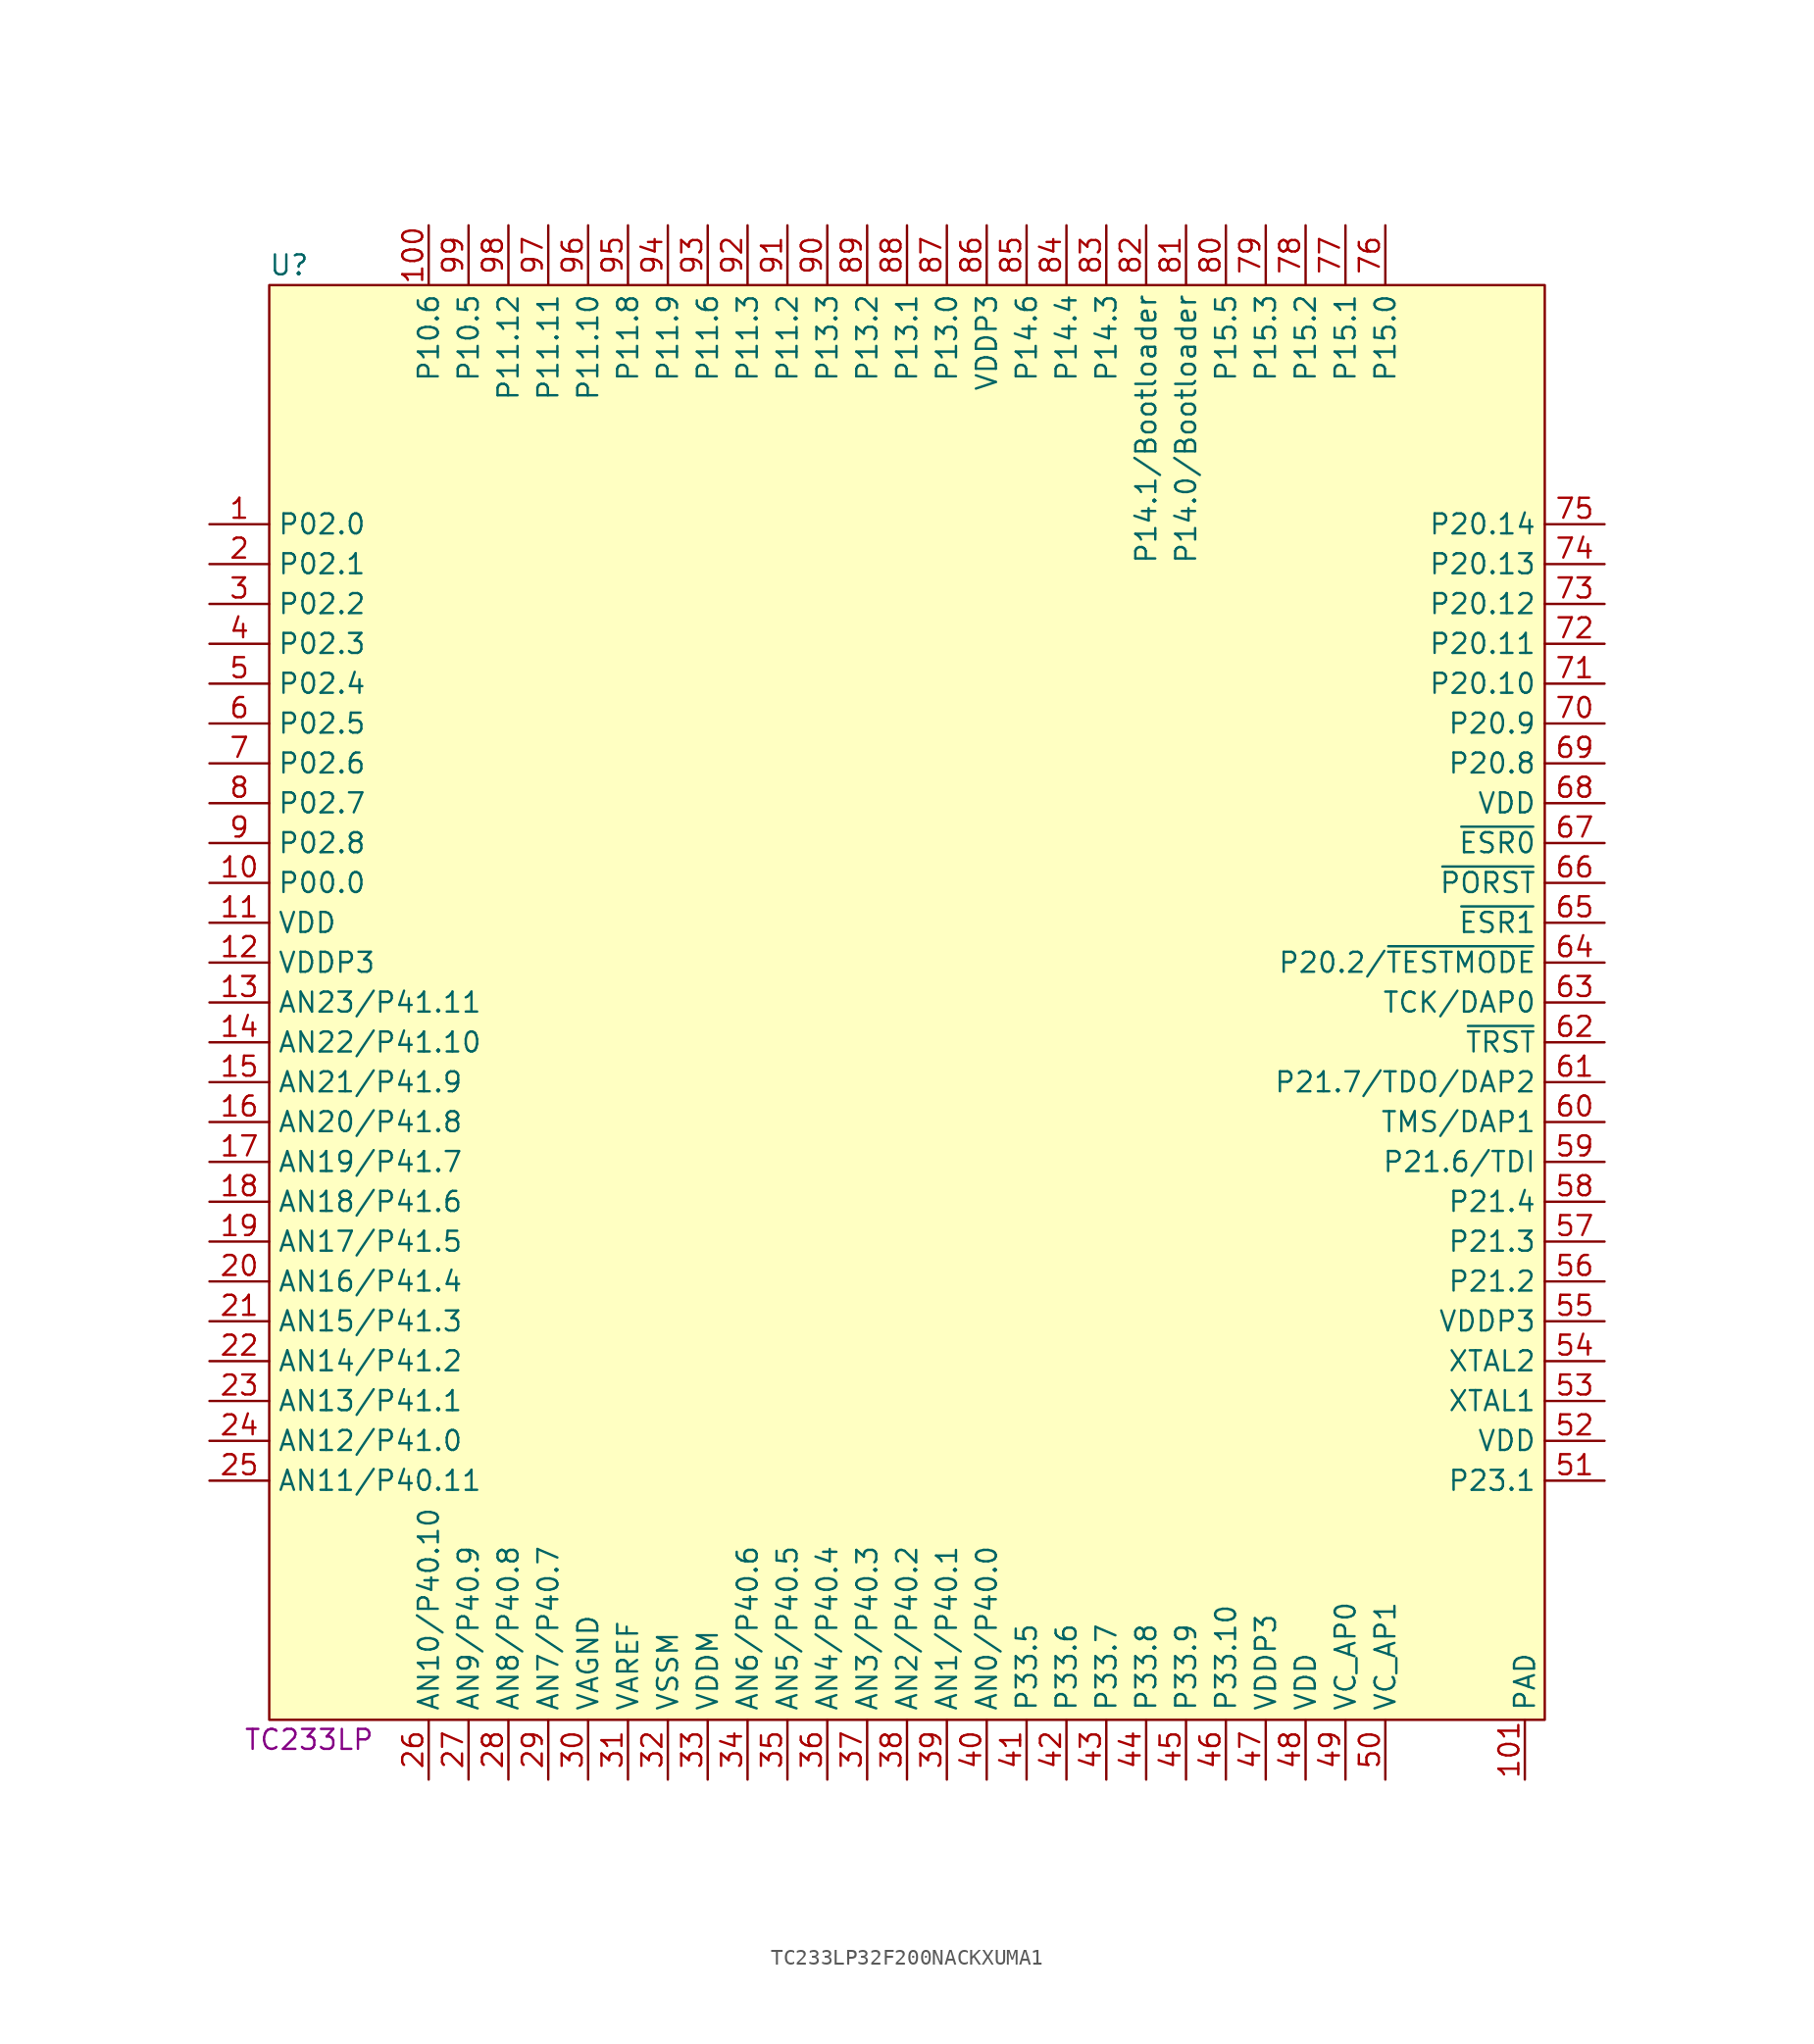
<source format=kicad_sym>
(kicad_symbol_lib
  (version 20231120)
  (generator "kicad_symbol_editor")
  (generator_version "8.0")
  (symbol "TC233LP32F200NACKXUMA1"
    (property "Reference" "U"
      (at -39.37 46.99 0)
      (effects (font (size 1.27 1.27))))
    (property "Display Value" "TC233LP"
      (at -38.1 -46.99 0)
      (effects (font (size 1.27 1.27))))
    (symbol "TC233LP32F200NACKXUMA1_1_1"
      (rectangle (start -40.64 45.72) (end 40.64 -45.72) (stroke (width 0) (type default)) (fill (type background)))
      (pin unspecified line (at -44.45 30.48 0) (length 3.81) (name "P02.0" (effects (font (size 1.27 1.27)))) (number "1" (effects (font (size 1.27 1.27)))))
      (pin unspecified line (at -44.45 7.62 0) (length 3.81) (name "P00.0" (effects (font (size 1.27 1.27)))) (number "10" (effects (font (size 1.27 1.27)))))
      (pin unspecified line (at -30.48 49.53 270) (length 3.81) (name "P10.6" (effects (font (size 1.27 1.27)))) (number "100" (effects (font (size 1.27 1.27)))))
      (pin unspecified line (at 39.37 -49.53 90) (length 3.81) (name "PAD" (effects (font (size 1.27 1.27)))) (number "101" (effects (font (size 1.27 1.27)))))
      (pin unspecified line (at -44.45 5.08 0) (length 3.81) (name "VDD" (effects (font (size 1.27 1.27)))) (number "11" (effects (font (size 1.27 1.27)))))
      (pin unspecified line (at -44.45 2.54 0) (length 3.81) (name "VDDP3" (effects (font (size 1.27 1.27)))) (number "12" (effects (font (size 1.27 1.27)))))
      (pin unspecified line (at -44.45 0 0) (length 3.81) (name "AN23/P41.11" (effects (font (size 1.27 1.27)))) (number "13" (effects (font (size 1.27 1.27)))))
      (pin unspecified line (at -44.45 -2.54 0) (length 3.81) (name "AN22/P41.10" (effects (font (size 1.27 1.27)))) (number "14" (effects (font (size 1.27 1.27)))))
      (pin unspecified line (at -44.45 -5.08 0) (length 3.81) (name "AN21/P41.9" (effects (font (size 1.27 1.27)))) (number "15" (effects (font (size 1.27 1.27)))))
      (pin unspecified line (at -44.45 -7.62 0) (length 3.81) (name "AN20/P41.8" (effects (font (size 1.27 1.27)))) (number "16" (effects (font (size 1.27 1.27)))))
      (pin unspecified line (at -44.45 -10.16 0) (length 3.81) (name "AN19/P41.7" (effects (font (size 1.27 1.27)))) (number "17" (effects (font (size 1.27 1.27)))))
      (pin unspecified line (at -44.45 -12.7 0) (length 3.81) (name "AN18/P41.6" (effects (font (size 1.27 1.27)))) (number "18" (effects (font (size 1.27 1.27)))))
      (pin unspecified line (at -44.45 -15.24 0) (length 3.81) (name "AN17/P41.5" (effects (font (size 1.27 1.27)))) (number "19" (effects (font (size 1.27 1.27)))))
      (pin unspecified line (at -44.45 27.94 0) (length 3.81) (name "P02.1" (effects (font (size 1.27 1.27)))) (number "2" (effects (font (size 1.27 1.27)))))
      (pin unspecified line (at -44.45 -17.78 0) (length 3.81) (name "AN16/P41.4" (effects (font (size 1.27 1.27)))) (number "20" (effects (font (size 1.27 1.27)))))
      (pin unspecified line (at -44.45 -20.32 0) (length 3.81) (name "AN15/P41.3" (effects (font (size 1.27 1.27)))) (number "21" (effects (font (size 1.27 1.27)))))
      (pin unspecified line (at -44.45 -22.86 0) (length 3.81) (name "AN14/P41.2" (effects (font (size 1.27 1.27)))) (number "22" (effects (font (size 1.27 1.27)))))
      (pin unspecified line (at -44.45 -25.4 0) (length 3.81) (name "AN13/P41.1" (effects (font (size 1.27 1.27)))) (number "23" (effects (font (size 1.27 1.27)))))
      (pin unspecified line (at -44.45 -27.94 0) (length 3.81) (name "AN12/P41.0" (effects (font (size 1.27 1.27)))) (number "24" (effects (font (size 1.27 1.27)))))
      (pin unspecified line (at -44.45 -30.48 0) (length 3.81) (name "AN11/P40.11" (effects (font (size 1.27 1.27)))) (number "25" (effects (font (size 1.27 1.27)))))
      (pin unspecified line (at -30.48 -49.53 90) (length 3.81) (name "AN10/P40.10" (effects (font (size 1.27 1.27)))) (number "26" (effects (font (size 1.27 1.27)))))
      (pin unspecified line (at -27.94 -49.53 90) (length 3.81) (name "AN9/P40.9" (effects (font (size 1.27 1.27)))) (number "27" (effects (font (size 1.27 1.27)))))
      (pin unspecified line (at -25.4 -49.53 90) (length 3.81) (name "AN8/P40.8" (effects (font (size 1.27 1.27)))) (number "28" (effects (font (size 1.27 1.27)))))
      (pin unspecified line (at -22.86 -49.53 90) (length 3.81) (name "AN7/P40.7" (effects (font (size 1.27 1.27)))) (number "29" (effects (font (size 1.27 1.27)))))
      (pin unspecified line (at -44.45 25.4 0) (length 3.81) (name "P02.2" (effects (font (size 1.27 1.27)))) (number "3" (effects (font (size 1.27 1.27)))))
      (pin unspecified line (at -20.32 -49.53 90) (length 3.81) (name "VAGND" (effects (font (size 1.27 1.27)))) (number "30" (effects (font (size 1.27 1.27)))))
      (pin unspecified line (at -17.78 -49.53 90) (length 3.81) (name "VAREF" (effects (font (size 1.27 1.27)))) (number "31" (effects (font (size 1.27 1.27)))))
      (pin unspecified line (at -15.24 -49.53 90) (length 3.81) (name "VSSM" (effects (font (size 1.27 1.27)))) (number "32" (effects (font (size 1.27 1.27)))))
      (pin unspecified line (at -12.7 -49.53 90) (length 3.81) (name "VDDM" (effects (font (size 1.27 1.27)))) (number "33" (effects (font (size 1.27 1.27)))))
      (pin unspecified line (at -10.16 -49.53 90) (length 3.81) (name "AN6/P40.6" (effects (font (size 1.27 1.27)))) (number "34" (effects (font (size 1.27 1.27)))))
      (pin unspecified line (at -7.62 -49.53 90) (length 3.81) (name "AN5/P40.5" (effects (font (size 1.27 1.27)))) (number "35" (effects (font (size 1.27 1.27)))))
      (pin unspecified line (at -5.08 -49.53 90) (length 3.81) (name "AN4/P40.4" (effects (font (size 1.27 1.27)))) (number "36" (effects (font (size 1.27 1.27)))))
      (pin unspecified line (at -2.54 -49.53 90) (length 3.81) (name "AN3/P40.3" (effects (font (size 1.27 1.27)))) (number "37" (effects (font (size 1.27 1.27)))))
      (pin unspecified line (at 0 -49.53 90) (length 3.81) (name "AN2/P40.2" (effects (font (size 1.27 1.27)))) (number "38" (effects (font (size 1.27 1.27)))))
      (pin unspecified line (at 2.54 -49.53 90) (length 3.81) (name "AN1/P40.1" (effects (font (size 1.27 1.27)))) (number "39" (effects (font (size 1.27 1.27)))))
      (pin unspecified line (at -44.45 22.86 0) (length 3.81) (name "P02.3" (effects (font (size 1.27 1.27)))) (number "4" (effects (font (size 1.27 1.27)))))
      (pin unspecified line (at 5.08 -49.53 90) (length 3.81) (name "AN0/P40.0" (effects (font (size 1.27 1.27)))) (number "40" (effects (font (size 1.27 1.27)))))
      (pin unspecified line (at 7.62 -49.53 90) (length 3.81) (name "P33.5" (effects (font (size 1.27 1.27)))) (number "41" (effects (font (size 1.27 1.27)))))
      (pin unspecified line (at 10.16 -49.53 90) (length 3.81) (name "P33.6" (effects (font (size 1.27 1.27)))) (number "42" (effects (font (size 1.27 1.27)))))
      (pin unspecified line (at 12.7 -49.53 90) (length 3.81) (name "P33.7" (effects (font (size 1.27 1.27)))) (number "43" (effects (font (size 1.27 1.27)))))
      (pin unspecified line (at 15.24 -49.53 90) (length 3.81) (name "P33.8" (effects (font (size 1.27 1.27)))) (number "44" (effects (font (size 1.27 1.27)))))
      (pin unspecified line (at 17.78 -49.53 90) (length 3.81) (name "P33.9" (effects (font (size 1.27 1.27)))) (number "45" (effects (font (size 1.27 1.27)))))
      (pin unspecified line (at 20.32 -49.53 90) (length 3.81) (name "P33.10" (effects (font (size 1.27 1.27)))) (number "46" (effects (font (size 1.27 1.27)))))
      (pin unspecified line (at 22.86 -49.53 90) (length 3.81) (name "VDDP3" (effects (font (size 1.27 1.27)))) (number "47" (effects (font (size 1.27 1.27)))))
      (pin unspecified line (at 25.4 -49.53 90) (length 3.81) (name "VDD" (effects (font (size 1.27 1.27)))) (number "48" (effects (font (size 1.27 1.27)))))
      (pin unspecified line (at 27.94 -49.53 90) (length 3.81) (name "VC_AP0" (effects (font (size 1.27 1.27)))) (number "49" (effects (font (size 1.27 1.27)))))
      (pin unspecified line (at -44.45 20.32 0) (length 3.81) (name "P02.4" (effects (font (size 1.27 1.27)))) (number "5" (effects (font (size 1.27 1.27)))))
      (pin unspecified line (at 30.48 -49.53 90) (length 3.81) (name "VC_AP1" (effects (font (size 1.27 1.27)))) (number "50" (effects (font (size 1.27 1.27)))))
      (pin unspecified line (at 44.45 -30.48 180) (length 3.81) (name "P23.1" (effects (font (size 1.27 1.27)))) (number "51" (effects (font (size 1.27 1.27)))))
      (pin unspecified line (at 44.45 -27.94 180) (length 3.81) (name "VDD" (effects (font (size 1.27 1.27)))) (number "52" (effects (font (size 1.27 1.27)))))
      (pin unspecified line (at 44.45 -25.4 180) (length 3.81) (name "XTAL1" (effects (font (size 1.27 1.27)))) (number "53" (effects (font (size 1.27 1.27)))))
      (pin unspecified line (at 44.45 -22.86 180) (length 3.81) (name "XTAL2" (effects (font (size 1.27 1.27)))) (number "54" (effects (font (size 1.27 1.27)))))
      (pin unspecified line (at 44.45 -20.32 180) (length 3.81) (name "VDDP3" (effects (font (size 1.27 1.27)))) (number "55" (effects (font (size 1.27 1.27)))))
      (pin unspecified line (at 44.45 -17.78 180) (length 3.81) (name "P21.2" (effects (font (size 1.27 1.27)))) (number "56" (effects (font (size 1.27 1.27)))))
      (pin unspecified line (at 44.45 -15.24 180) (length 3.81) (name "P21.3" (effects (font (size 1.27 1.27)))) (number "57" (effects (font (size 1.27 1.27)))))
      (pin unspecified line (at 44.45 -12.7 180) (length 3.81) (name "P21.4" (effects (font (size 1.27 1.27)))) (number "58" (effects (font (size 1.27 1.27)))))
      (pin unspecified line (at 44.45 -10.16 180) (length 3.81) (name "P21.6/TDI" (effects (font (size 1.27 1.27)))) (number "59" (effects (font (size 1.27 1.27)))))
      (pin unspecified line (at -44.45 17.78 0) (length 3.81) (name "P02.5" (effects (font (size 1.27 1.27)))) (number "6" (effects (font (size 1.27 1.27)))))
      (pin unspecified line (at 44.45 -7.62 180) (length 3.81) (name "TMS/DAP1" (effects (font (size 1.27 1.27)))) (number "60" (effects (font (size 1.27 1.27)))))
      (pin unspecified line (at 44.45 -5.08 180) (length 3.81) (name "P21.7/TDO/DAP2" (effects (font (size 1.27 1.27)))) (number "61" (effects (font (size 1.27 1.27)))))
      (pin unspecified line (at 44.45 -2.54 180) (length 3.81) (name "~{TRST}" (effects (font (size 1.27 1.27)))) (number "62" (effects (font (size 1.27 1.27)))))
      (pin unspecified line (at 44.45 0 180) (length 3.81) (name "TCK/DAP0" (effects (font (size 1.27 1.27)))) (number "63" (effects (font (size 1.27 1.27)))))
      (pin unspecified line (at 44.45 2.54 180) (length 3.81) (name "P20.2/~{TESTMODE}" (effects (font (size 1.27 1.27)))) (number "64" (effects (font (size 1.27 1.27)))))
      (pin unspecified line (at 44.45 5.08 180) (length 3.81) (name "~{ESR1}" (effects (font (size 1.27 1.27)))) (number "65" (effects (font (size 1.27 1.27)))))
      (pin unspecified line (at 44.45 7.62 180) (length 3.81) (name "~{PORST}" (effects (font (size 1.27 1.27)))) (number "66" (effects (font (size 1.27 1.27)))))
      (pin unspecified line (at 44.45 10.16 180) (length 3.81) (name "~{ESR0}" (effects (font (size 1.27 1.27)))) (number "67" (effects (font (size 1.27 1.27)))))
      (pin unspecified line (at 44.45 12.7 180) (length 3.81) (name "VDD" (effects (font (size 1.27 1.27)))) (number "68" (effects (font (size 1.27 1.27)))))
      (pin unspecified line (at 44.45 15.24 180) (length 3.81) (name "P20.8" (effects (font (size 1.27 1.27)))) (number "69" (effects (font (size 1.27 1.27)))))
      (pin unspecified line (at -44.45 15.24 0) (length 3.81) (name "P02.6" (effects (font (size 1.27 1.27)))) (number "7" (effects (font (size 1.27 1.27)))))
      (pin unspecified line (at 44.45 17.78 180) (length 3.81) (name "P20.9" (effects (font (size 1.27 1.27)))) (number "70" (effects (font (size 1.27 1.27)))))
      (pin unspecified line (at 44.45 20.32 180) (length 3.81) (name "P20.10" (effects (font (size 1.27 1.27)))) (number "71" (effects (font (size 1.27 1.27)))))
      (pin unspecified line (at 44.45 22.86 180) (length 3.81) (name "P20.11" (effects (font (size 1.27 1.27)))) (number "72" (effects (font (size 1.27 1.27)))))
      (pin unspecified line (at 44.45 25.4 180) (length 3.81) (name "P20.12" (effects (font (size 1.27 1.27)))) (number "73" (effects (font (size 1.27 1.27)))))
      (pin unspecified line (at 44.45 27.94 180) (length 3.81) (name "P20.13" (effects (font (size 1.27 1.27)))) (number "74" (effects (font (size 1.27 1.27)))))
      (pin unspecified line (at 44.45 30.48 180) (length 3.81) (name "P20.14" (effects (font (size 1.27 1.27)))) (number "75" (effects (font (size 1.27 1.27)))))
      (pin unspecified line (at 30.48 49.53 270) (length 3.81) (name "P15.0" (effects (font (size 1.27 1.27)))) (number "76" (effects (font (size 1.27 1.27)))))
      (pin unspecified line (at 27.94 49.53 270) (length 3.81) (name "P15.1" (effects (font (size 1.27 1.27)))) (number "77" (effects (font (size 1.27 1.27)))))
      (pin unspecified line (at 25.4 49.53 270) (length 3.81) (name "P15.2" (effects (font (size 1.27 1.27)))) (number "78" (effects (font (size 1.27 1.27)))))
      (pin unspecified line (at 22.86 49.53 270) (length 3.81) (name "P15.3" (effects (font (size 1.27 1.27)))) (number "79" (effects (font (size 1.27 1.27)))))
      (pin unspecified line (at -44.45 12.7 0) (length 3.81) (name "P02.7" (effects (font (size 1.27 1.27)))) (number "8" (effects (font (size 1.27 1.27)))))
      (pin unspecified line (at 20.32 49.53 270) (length 3.81) (name "P15.5" (effects (font (size 1.27 1.27)))) (number "80" (effects (font (size 1.27 1.27)))))
      (pin unspecified line (at 17.78 49.53 270) (length 3.81) (name "P14.0/Bootloader" (effects (font (size 1.27 1.27)))) (number "81" (effects (font (size 1.27 1.27)))))
      (pin unspecified line (at 15.24 49.53 270) (length 3.81) (name "P14.1/Bootloader" (effects (font (size 1.27 1.27)))) (number "82" (effects (font (size 1.27 1.27)))))
      (pin unspecified line (at 12.7 49.53 270) (length 3.81) (name "P14.3" (effects (font (size 1.27 1.27)))) (number "83" (effects (font (size 1.27 1.27)))))
      (pin unspecified line (at 10.16 49.53 270) (length 3.81) (name "P14.4" (effects (font (size 1.27 1.27)))) (number "84" (effects (font (size 1.27 1.27)))))
      (pin unspecified line (at 7.62 49.53 270) (length 3.81) (name "P14.6" (effects (font (size 1.27 1.27)))) (number "85" (effects (font (size 1.27 1.27)))))
      (pin unspecified line (at 5.08 49.53 270) (length 3.81) (name "VDDP3" (effects (font (size 1.27 1.27)))) (number "86" (effects (font (size 1.27 1.27)))))
      (pin unspecified line (at 2.54 49.53 270) (length 3.81) (name "P13.0" (effects (font (size 1.27 1.27)))) (number "87" (effects (font (size 1.27 1.27)))))
      (pin unspecified line (at 0 49.53 270) (length 3.81) (name "P13.1" (effects (font (size 1.27 1.27)))) (number "88" (effects (font (size 1.27 1.27)))))
      (pin unspecified line (at -2.54 49.53 270) (length 3.81) (name "P13.2" (effects (font (size 1.27 1.27)))) (number "89" (effects (font (size 1.27 1.27)))))
      (pin unspecified line (at -44.45 10.16 0) (length 3.81) (name "P02.8" (effects (font (size 1.27 1.27)))) (number "9" (effects (font (size 1.27 1.27)))))
      (pin unspecified line (at -5.08 49.53 270) (length 3.81) (name "P13.3" (effects (font (size 1.27 1.27)))) (number "90" (effects (font (size 1.27 1.27)))))
      (pin unspecified line (at -7.62 49.53 270) (length 3.81) (name "P11.2" (effects (font (size 1.27 1.27)))) (number "91" (effects (font (size 1.27 1.27)))))
      (pin unspecified line (at -10.16 49.53 270) (length 3.81) (name "P11.3" (effects (font (size 1.27 1.27)))) (number "92" (effects (font (size 1.27 1.27)))))
      (pin unspecified line (at -12.7 49.53 270) (length 3.81) (name "P11.6" (effects (font (size 1.27 1.27)))) (number "93" (effects (font (size 1.27 1.27)))))
      (pin unspecified line (at -15.24 49.53 270) (length 3.81) (name "P11.9" (effects (font (size 1.27 1.27)))) (number "94" (effects (font (size 1.27 1.27)))))
      (pin unspecified line (at -17.78 49.53 270) (length 3.81) (name "P11.8" (effects (font (size 1.27 1.27)))) (number "95" (effects (font (size 1.27 1.27)))))
      (pin unspecified line (at -20.32 49.53 270) (length 3.81) (name "P11.10" (effects (font (size 1.27 1.27)))) (number "96" (effects (font (size 1.27 1.27)))))
      (pin unspecified line (at -22.86 49.53 270) (length 3.81) (name "P11.11" (effects (font (size 1.27 1.27)))) (number "97" (effects (font (size 1.27 1.27)))))
      (pin unspecified line (at -25.4 49.53 270) (length 3.81) (name "P11.12" (effects (font (size 1.27 1.27)))) (number "98" (effects (font (size 1.27 1.27)))))
      (pin unspecified line (at -27.94 49.53 270) (length 3.81) (name "P10.5" (effects (font (size 1.27 1.27)))) (number "99" (effects (font (size 1.27 1.27))))))))
</source>
